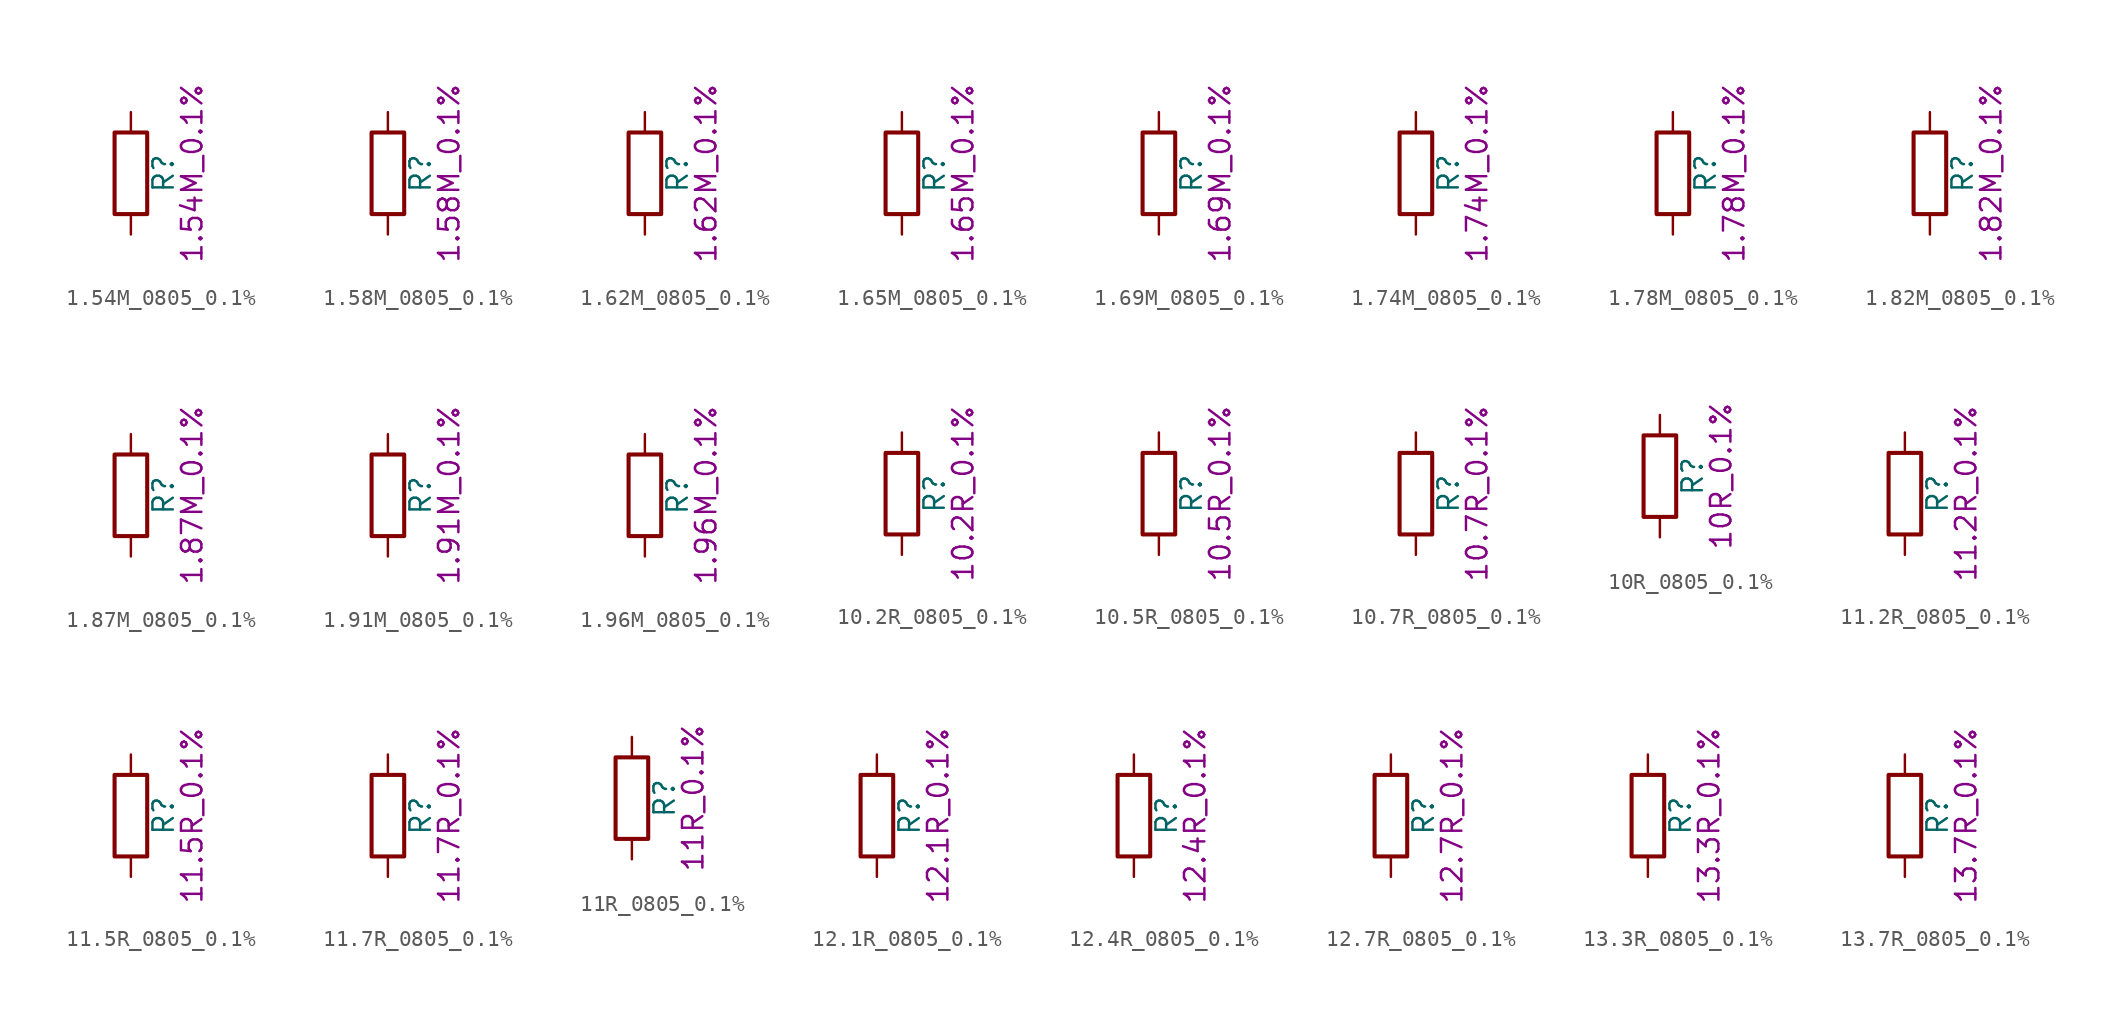
<source format=kicad_sym>
(kicad_symbol_lib
  (version 20211014)
  (generator kicad_symbol_editor)
  (symbol "1.54M_0805_0.1%"
    (pin_numbers hide)
    (pin_names
      (offset 0))
    (property "Reference" "R"
      (at 2.032 0 90)
      (effects (font (size 1.27 1.27))))
    (property "Display" "1.54M_0.1%"
      (at 3.81 0 90)
      (effects (font (size 1.27 1.27))))
    (symbol "1.54M_0805_0.1%_0_1"
      (rectangle (start -1.016 -2.54) (end 1.016 2.54) (stroke (width 0.254) (type default) (color 0 0 0 0)) (fill (type none))))
    (symbol "1.54M_0805_0.1%_1_1"
      (pin passive line (at 0 3.81 270) (length 1.27) (name "~" (effects (font (size 1.27 1.27)))) (number "1" (effects (font (size 1.27 1.27)))))
      (pin passive line (at 0 -3.81 90) (length 1.27) (name "~" (effects (font (size 1.27 1.27)))) (number "2" (effects (font (size 1.27 1.27)))))))
  (symbol "1.58M_0805_0.1%"
    (pin_numbers hide)
    (pin_names
      (offset 0))
    (property "Reference" "R"
      (at 2.032 0 90)
      (effects (font (size 1.27 1.27))))
    (property "Display" "1.58M_0.1%"
      (at 3.81 0 90)
      (effects (font (size 1.27 1.27))))
    (symbol "1.58M_0805_0.1%_0_1"
      (rectangle (start -1.016 -2.54) (end 1.016 2.54) (stroke (width 0.254) (type default) (color 0 0 0 0)) (fill (type none))))
    (symbol "1.58M_0805_0.1%_1_1"
      (pin passive line (at 0 3.81 270) (length 1.27) (name "~" (effects (font (size 1.27 1.27)))) (number "1" (effects (font (size 1.27 1.27)))))
      (pin passive line (at 0 -3.81 90) (length 1.27) (name "~" (effects (font (size 1.27 1.27)))) (number "2" (effects (font (size 1.27 1.27)))))))
  (symbol "1.62M_0805_0.1%"
    (pin_numbers hide)
    (pin_names
      (offset 0))
    (property "Reference" "R"
      (at 2.032 0 90)
      (effects (font (size 1.27 1.27))))
    (property "Display" "1.62M_0.1%"
      (at 3.81 0 90)
      (effects (font (size 1.27 1.27))))
    (symbol "1.62M_0805_0.1%_0_1"
      (rectangle (start -1.016 -2.54) (end 1.016 2.54) (stroke (width 0.254) (type default) (color 0 0 0 0)) (fill (type none))))
    (symbol "1.62M_0805_0.1%_1_1"
      (pin passive line (at 0 3.81 270) (length 1.27) (name "~" (effects (font (size 1.27 1.27)))) (number "1" (effects (font (size 1.27 1.27)))))
      (pin passive line (at 0 -3.81 90) (length 1.27) (name "~" (effects (font (size 1.27 1.27)))) (number "2" (effects (font (size 1.27 1.27)))))))
  (symbol "1.65M_0805_0.1%"
    (pin_numbers hide)
    (pin_names
      (offset 0))
    (property "Reference" "R"
      (at 2.032 0 90)
      (effects (font (size 1.27 1.27))))
    (property "Display" "1.65M_0.1%"
      (at 3.81 0 90)
      (effects (font (size 1.27 1.27))))
    (symbol "1.65M_0805_0.1%_0_1"
      (rectangle (start -1.016 -2.54) (end 1.016 2.54) (stroke (width 0.254) (type default) (color 0 0 0 0)) (fill (type none))))
    (symbol "1.65M_0805_0.1%_1_1"
      (pin passive line (at 0 3.81 270) (length 1.27) (name "~" (effects (font (size 1.27 1.27)))) (number "1" (effects (font (size 1.27 1.27)))))
      (pin passive line (at 0 -3.81 90) (length 1.27) (name "~" (effects (font (size 1.27 1.27)))) (number "2" (effects (font (size 1.27 1.27)))))))
  (symbol "1.69M_0805_0.1%"
    (pin_numbers hide)
    (pin_names
      (offset 0))
    (property "Reference" "R"
      (at 2.032 0 90)
      (effects (font (size 1.27 1.27))))
    (property "Display" "1.69M_0.1%"
      (at 3.81 0 90)
      (effects (font (size 1.27 1.27))))
    (symbol "1.69M_0805_0.1%_0_1"
      (rectangle (start -1.016 -2.54) (end 1.016 2.54) (stroke (width 0.254) (type default) (color 0 0 0 0)) (fill (type none))))
    (symbol "1.69M_0805_0.1%_1_1"
      (pin passive line (at 0 3.81 270) (length 1.27) (name "~" (effects (font (size 1.27 1.27)))) (number "1" (effects (font (size 1.27 1.27)))))
      (pin passive line (at 0 -3.81 90) (length 1.27) (name "~" (effects (font (size 1.27 1.27)))) (number "2" (effects (font (size 1.27 1.27)))))))
  (symbol "1.74M_0805_0.1%"
    (pin_numbers hide)
    (pin_names
      (offset 0))
    (property "Reference" "R"
      (at 2.032 0 90)
      (effects (font (size 1.27 1.27))))
    (property "Display" "1.74M_0.1%"
      (at 3.81 0 90)
      (effects (font (size 1.27 1.27))))
    (symbol "1.74M_0805_0.1%_0_1"
      (rectangle (start -1.016 -2.54) (end 1.016 2.54) (stroke (width 0.254) (type default) (color 0 0 0 0)) (fill (type none))))
    (symbol "1.74M_0805_0.1%_1_1"
      (pin passive line (at 0 3.81 270) (length 1.27) (name "~" (effects (font (size 1.27 1.27)))) (number "1" (effects (font (size 1.27 1.27)))))
      (pin passive line (at 0 -3.81 90) (length 1.27) (name "~" (effects (font (size 1.27 1.27)))) (number "2" (effects (font (size 1.27 1.27)))))))
  (symbol "1.78M_0805_0.1%"
    (pin_numbers hide)
    (pin_names
      (offset 0))
    (property "Reference" "R"
      (at 2.032 0 90)
      (effects (font (size 1.27 1.27))))
    (property "Display" "1.78M_0.1%"
      (at 3.81 0 90)
      (effects (font (size 1.27 1.27))))
    (symbol "1.78M_0805_0.1%_0_1"
      (rectangle (start -1.016 -2.54) (end 1.016 2.54) (stroke (width 0.254) (type default) (color 0 0 0 0)) (fill (type none))))
    (symbol "1.78M_0805_0.1%_1_1"
      (pin passive line (at 0 3.81 270) (length 1.27) (name "~" (effects (font (size 1.27 1.27)))) (number "1" (effects (font (size 1.27 1.27)))))
      (pin passive line (at 0 -3.81 90) (length 1.27) (name "~" (effects (font (size 1.27 1.27)))) (number "2" (effects (font (size 1.27 1.27)))))))
  (symbol "1.82M_0805_0.1%"
    (pin_numbers hide)
    (pin_names
      (offset 0))
    (property "Reference" "R"
      (at 2.032 0 90)
      (effects (font (size 1.27 1.27))))
    (property "Display" "1.82M_0.1%"
      (at 3.81 0 90)
      (effects (font (size 1.27 1.27))))
    (symbol "1.82M_0805_0.1%_0_1"
      (rectangle (start -1.016 -2.54) (end 1.016 2.54) (stroke (width 0.254) (type default) (color 0 0 0 0)) (fill (type none))))
    (symbol "1.82M_0805_0.1%_1_1"
      (pin passive line (at 0 3.81 270) (length 1.27) (name "~" (effects (font (size 1.27 1.27)))) (number "1" (effects (font (size 1.27 1.27)))))
      (pin passive line (at 0 -3.81 90) (length 1.27) (name "~" (effects (font (size 1.27 1.27)))) (number "2" (effects (font (size 1.27 1.27)))))))
  (symbol "1.87M_0805_0.1%"
    (pin_numbers hide)
    (pin_names
      (offset 0))
    (property "Reference" "R"
      (at 2.032 0 90)
      (effects (font (size 1.27 1.27))))
    (property "Display" "1.87M_0.1%"
      (at 3.81 0 90)
      (effects (font (size 1.27 1.27))))
    (symbol "1.87M_0805_0.1%_0_1"
      (rectangle (start -1.016 -2.54) (end 1.016 2.54) (stroke (width 0.254) (type default) (color 0 0 0 0)) (fill (type none))))
    (symbol "1.87M_0805_0.1%_1_1"
      (pin passive line (at 0 3.81 270) (length 1.27) (name "~" (effects (font (size 1.27 1.27)))) (number "1" (effects (font (size 1.27 1.27)))))
      (pin passive line (at 0 -3.81 90) (length 1.27) (name "~" (effects (font (size 1.27 1.27)))) (number "2" (effects (font (size 1.27 1.27)))))))
  (symbol "1.91M_0805_0.1%"
    (pin_numbers hide)
    (pin_names
      (offset 0))
    (property "Reference" "R"
      (at 2.032 0 90)
      (effects (font (size 1.27 1.27))))
    (property "Display" "1.91M_0.1%"
      (at 3.81 0 90)
      (effects (font (size 1.27 1.27))))
    (symbol "1.91M_0805_0.1%_0_1"
      (rectangle (start -1.016 -2.54) (end 1.016 2.54) (stroke (width 0.254) (type default) (color 0 0 0 0)) (fill (type none))))
    (symbol "1.91M_0805_0.1%_1_1"
      (pin passive line (at 0 3.81 270) (length 1.27) (name "~" (effects (font (size 1.27 1.27)))) (number "1" (effects (font (size 1.27 1.27)))))
      (pin passive line (at 0 -3.81 90) (length 1.27) (name "~" (effects (font (size 1.27 1.27)))) (number "2" (effects (font (size 1.27 1.27)))))))
  (symbol "1.96M_0805_0.1%"
    (pin_numbers hide)
    (pin_names
      (offset 0))
    (property "Reference" "R"
      (at 2.032 0 90)
      (effects (font (size 1.27 1.27))))
    (property "Display" "1.96M_0.1%"
      (at 3.81 0 90)
      (effects (font (size 1.27 1.27))))
    (symbol "1.96M_0805_0.1%_0_1"
      (rectangle (start -1.016 -2.54) (end 1.016 2.54) (stroke (width 0.254) (type default) (color 0 0 0 0)) (fill (type none))))
    (symbol "1.96M_0805_0.1%_1_1"
      (pin passive line (at 0 3.81 270) (length 1.27) (name "~" (effects (font (size 1.27 1.27)))) (number "1" (effects (font (size 1.27 1.27)))))
      (pin passive line (at 0 -3.81 90) (length 1.27) (name "~" (effects (font (size 1.27 1.27)))) (number "2" (effects (font (size 1.27 1.27)))))))
  (symbol "10.2R_0805_0.1%"
    (pin_numbers hide)
    (pin_names
      (offset 0))
    (property "Reference" "R"
      (at 2.032 0 90)
      (effects (font (size 1.27 1.27))))
    (property "Display" "10.2R_0.1%"
      (at 3.81 0 90)
      (effects (font (size 1.27 1.27))))
    (symbol "10.2R_0805_0.1%_0_1"
      (rectangle (start -1.016 -2.54) (end 1.016 2.54) (stroke (width 0.254) (type default) (color 0 0 0 0)) (fill (type none))))
    (symbol "10.2R_0805_0.1%_1_1"
      (pin passive line (at 0 3.81 270) (length 1.27) (name "~" (effects (font (size 1.27 1.27)))) (number "1" (effects (font (size 1.27 1.27)))))
      (pin passive line (at 0 -3.81 90) (length 1.27) (name "~" (effects (font (size 1.27 1.27)))) (number "2" (effects (font (size 1.27 1.27)))))))
  (symbol "10.5R_0805_0.1%"
    (pin_numbers hide)
    (pin_names
      (offset 0))
    (property "Reference" "R"
      (at 2.032 0 90)
      (effects (font (size 1.27 1.27))))
    (property "Display" "10.5R_0.1%"
      (at 3.81 0 90)
      (effects (font (size 1.27 1.27))))
    (symbol "10.5R_0805_0.1%_0_1"
      (rectangle (start -1.016 -2.54) (end 1.016 2.54) (stroke (width 0.254) (type default) (color 0 0 0 0)) (fill (type none))))
    (symbol "10.5R_0805_0.1%_1_1"
      (pin passive line (at 0 3.81 270) (length 1.27) (name "~" (effects (font (size 1.27 1.27)))) (number "1" (effects (font (size 1.27 1.27)))))
      (pin passive line (at 0 -3.81 90) (length 1.27) (name "~" (effects (font (size 1.27 1.27)))) (number "2" (effects (font (size 1.27 1.27)))))))
  (symbol "10.7R_0805_0.1%"
    (pin_numbers hide)
    (pin_names
      (offset 0))
    (property "Reference" "R"
      (at 2.032 0 90)
      (effects (font (size 1.27 1.27))))
    (property "Display" "10.7R_0.1%"
      (at 3.81 0 90)
      (effects (font (size 1.27 1.27))))
    (symbol "10.7R_0805_0.1%_0_1"
      (rectangle (start -1.016 -2.54) (end 1.016 2.54) (stroke (width 0.254) (type default) (color 0 0 0 0)) (fill (type none))))
    (symbol "10.7R_0805_0.1%_1_1"
      (pin passive line (at 0 3.81 270) (length 1.27) (name "~" (effects (font (size 1.27 1.27)))) (number "1" (effects (font (size 1.27 1.27)))))
      (pin passive line (at 0 -3.81 90) (length 1.27) (name "~" (effects (font (size 1.27 1.27)))) (number "2" (effects (font (size 1.27 1.27)))))))
  (symbol "10R_0805_0.1%"
    (pin_numbers hide)
    (pin_names
      (offset 0))
    (property "Reference" "R"
      (at 2.032 0 90)
      (effects (font (size 1.27 1.27))))
    (property "Display" "10R_0.1%"
      (at 3.81 0 90)
      (effects (font (size 1.27 1.27))))
    (symbol "10R_0805_0.1%_0_1"
      (rectangle (start -1.016 -2.54) (end 1.016 2.54) (stroke (width 0.254) (type default) (color 0 0 0 0)) (fill (type none))))
    (symbol "10R_0805_0.1%_1_1"
      (pin passive line (at 0 3.81 270) (length 1.27) (name "~" (effects (font (size 1.27 1.27)))) (number "1" (effects (font (size 1.27 1.27)))))
      (pin passive line (at 0 -3.81 90) (length 1.27) (name "~" (effects (font (size 1.27 1.27)))) (number "2" (effects (font (size 1.27 1.27)))))))
  (symbol "11.2R_0805_0.1%"
    (pin_numbers hide)
    (pin_names
      (offset 0))
    (property "Reference" "R"
      (at 2.032 0 90)
      (effects (font (size 1.27 1.27))))
    (property "Display" "11.2R_0.1%"
      (at 3.81 0 90)
      (effects (font (size 1.27 1.27))))
    (symbol "11.2R_0805_0.1%_0_1"
      (rectangle (start -1.016 -2.54) (end 1.016 2.54) (stroke (width 0.254) (type default) (color 0 0 0 0)) (fill (type none))))
    (symbol "11.2R_0805_0.1%_1_1"
      (pin passive line (at 0 3.81 270) (length 1.27) (name "~" (effects (font (size 1.27 1.27)))) (number "1" (effects (font (size 1.27 1.27)))))
      (pin passive line (at 0 -3.81 90) (length 1.27) (name "~" (effects (font (size 1.27 1.27)))) (number "2" (effects (font (size 1.27 1.27)))))))
  (symbol "11.5R_0805_0.1%"
    (pin_numbers hide)
    (pin_names
      (offset 0))
    (property "Reference" "R"
      (at 2.032 0 90)
      (effects (font (size 1.27 1.27))))
    (property "Display" "11.5R_0.1%"
      (at 3.81 0 90)
      (effects (font (size 1.27 1.27))))
    (symbol "11.5R_0805_0.1%_0_1"
      (rectangle (start -1.016 -2.54) (end 1.016 2.54) (stroke (width 0.254) (type default) (color 0 0 0 0)) (fill (type none))))
    (symbol "11.5R_0805_0.1%_1_1"
      (pin passive line (at 0 3.81 270) (length 1.27) (name "~" (effects (font (size 1.27 1.27)))) (number "1" (effects (font (size 1.27 1.27)))))
      (pin passive line (at 0 -3.81 90) (length 1.27) (name "~" (effects (font (size 1.27 1.27)))) (number "2" (effects (font (size 1.27 1.27)))))))
  (symbol "11.7R_0805_0.1%"
    (pin_numbers hide)
    (pin_names
      (offset 0))
    (property "Reference" "R"
      (at 2.032 0 90)
      (effects (font (size 1.27 1.27))))
    (property "Display" "11.7R_0.1%"
      (at 3.81 0 90)
      (effects (font (size 1.27 1.27))))
    (symbol "11.7R_0805_0.1%_0_1"
      (rectangle (start -1.016 -2.54) (end 1.016 2.54) (stroke (width 0.254) (type default) (color 0 0 0 0)) (fill (type none))))
    (symbol "11.7R_0805_0.1%_1_1"
      (pin passive line (at 0 3.81 270) (length 1.27) (name "~" (effects (font (size 1.27 1.27)))) (number "1" (effects (font (size 1.27 1.27)))))
      (pin passive line (at 0 -3.81 90) (length 1.27) (name "~" (effects (font (size 1.27 1.27)))) (number "2" (effects (font (size 1.27 1.27)))))))
  (symbol "11R_0805_0.1%"
    (pin_numbers hide)
    (pin_names
      (offset 0))
    (property "Reference" "R"
      (at 2.032 0 90)
      (effects (font (size 1.27 1.27))))
    (property "Display" "11R_0.1%"
      (at 3.81 0 90)
      (effects (font (size 1.27 1.27))))
    (symbol "11R_0805_0.1%_0_1"
      (rectangle (start -1.016 -2.54) (end 1.016 2.54) (stroke (width 0.254) (type default) (color 0 0 0 0)) (fill (type none))))
    (symbol "11R_0805_0.1%_1_1"
      (pin passive line (at 0 3.81 270) (length 1.27) (name "~" (effects (font (size 1.27 1.27)))) (number "1" (effects (font (size 1.27 1.27)))))
      (pin passive line (at 0 -3.81 90) (length 1.27) (name "~" (effects (font (size 1.27 1.27)))) (number "2" (effects (font (size 1.27 1.27)))))))
  (symbol "12.1R_0805_0.1%"
    (pin_numbers hide)
    (pin_names
      (offset 0))
    (property "Reference" "R"
      (at 2.032 0 90)
      (effects (font (size 1.27 1.27))))
    (property "Display" "12.1R_0.1%"
      (at 3.81 0 90)
      (effects (font (size 1.27 1.27))))
    (symbol "12.1R_0805_0.1%_0_1"
      (rectangle (start -1.016 -2.54) (end 1.016 2.54) (stroke (width 0.254) (type default) (color 0 0 0 0)) (fill (type none))))
    (symbol "12.1R_0805_0.1%_1_1"
      (pin passive line (at 0 3.81 270) (length 1.27) (name "~" (effects (font (size 1.27 1.27)))) (number "1" (effects (font (size 1.27 1.27)))))
      (pin passive line (at 0 -3.81 90) (length 1.27) (name "~" (effects (font (size 1.27 1.27)))) (number "2" (effects (font (size 1.27 1.27)))))))
  (symbol "12.4R_0805_0.1%"
    (pin_numbers hide)
    (pin_names
      (offset 0))
    (property "Reference" "R"
      (at 2.032 0 90)
      (effects (font (size 1.27 1.27))))
    (property "Display" "12.4R_0.1%"
      (at 3.81 0 90)
      (effects (font (size 1.27 1.27))))
    (symbol "12.4R_0805_0.1%_0_1"
      (rectangle (start -1.016 -2.54) (end 1.016 2.54) (stroke (width 0.254) (type default) (color 0 0 0 0)) (fill (type none))))
    (symbol "12.4R_0805_0.1%_1_1"
      (pin passive line (at 0 3.81 270) (length 1.27) (name "~" (effects (font (size 1.27 1.27)))) (number "1" (effects (font (size 1.27 1.27)))))
      (pin passive line (at 0 -3.81 90) (length 1.27) (name "~" (effects (font (size 1.27 1.27)))) (number "2" (effects (font (size 1.27 1.27)))))))
  (symbol "12.7R_0805_0.1%"
    (pin_numbers hide)
    (pin_names
      (offset 0))
    (property "Reference" "R"
      (at 2.032 0 90)
      (effects (font (size 1.27 1.27))))
    (property "Display" "12.7R_0.1%"
      (at 3.81 0 90)
      (effects (font (size 1.27 1.27))))
    (symbol "12.7R_0805_0.1%_0_1"
      (rectangle (start -1.016 -2.54) (end 1.016 2.54) (stroke (width 0.254) (type default) (color 0 0 0 0)) (fill (type none))))
    (symbol "12.7R_0805_0.1%_1_1"
      (pin passive line (at 0 3.81 270) (length 1.27) (name "~" (effects (font (size 1.27 1.27)))) (number "1" (effects (font (size 1.27 1.27)))))
      (pin passive line (at 0 -3.81 90) (length 1.27) (name "~" (effects (font (size 1.27 1.27)))) (number "2" (effects (font (size 1.27 1.27)))))))
  (symbol "13.3R_0805_0.1%"
    (pin_numbers hide)
    (pin_names
      (offset 0))
    (property "Reference" "R"
      (at 2.032 0 90)
      (effects (font (size 1.27 1.27))))
    (property "Display" "13.3R_0.1%"
      (at 3.81 0 90)
      (effects (font (size 1.27 1.27))))
    (symbol "13.3R_0805_0.1%_0_1"
      (rectangle (start -1.016 -2.54) (end 1.016 2.54) (stroke (width 0.254) (type default) (color 0 0 0 0)) (fill (type none))))
    (symbol "13.3R_0805_0.1%_1_1"
      (pin passive line (at 0 3.81 270) (length 1.27) (name "~" (effects (font (size 1.27 1.27)))) (number "1" (effects (font (size 1.27 1.27)))))
      (pin passive line (at 0 -3.81 90) (length 1.27) (name "~" (effects (font (size 1.27 1.27)))) (number "2" (effects (font (size 1.27 1.27)))))))
  (symbol "13.7R_0805_0.1%"
    (pin_numbers hide)
    (pin_names
      (offset 0))
    (property "Reference" "R"
      (at 2.032 0 90)
      (effects (font (size 1.27 1.27))))
    (property "Display" "13.7R_0.1%"
      (at 3.81 0 90)
      (effects (font (size 1.27 1.27))))
    (symbol "13.7R_0805_0.1%_0_1"
      (rectangle (start -1.016 -2.54) (end 1.016 2.54) (stroke (width 0.254) (type default) (color 0 0 0 0)) (fill (type none))))
    (symbol "13.7R_0805_0.1%_1_1"
      (pin passive line (at 0 3.81 270) (length 1.27) (name "~" (effects (font (size 1.27 1.27)))) (number "1" (effects (font (size 1.27 1.27)))))
      (pin passive line (at 0 -3.81 90) (length 1.27) (name "~" (effects (font (size 1.27 1.27)))) (number "2" (effects (font (size 1.27 1.27))))))))
</source>
